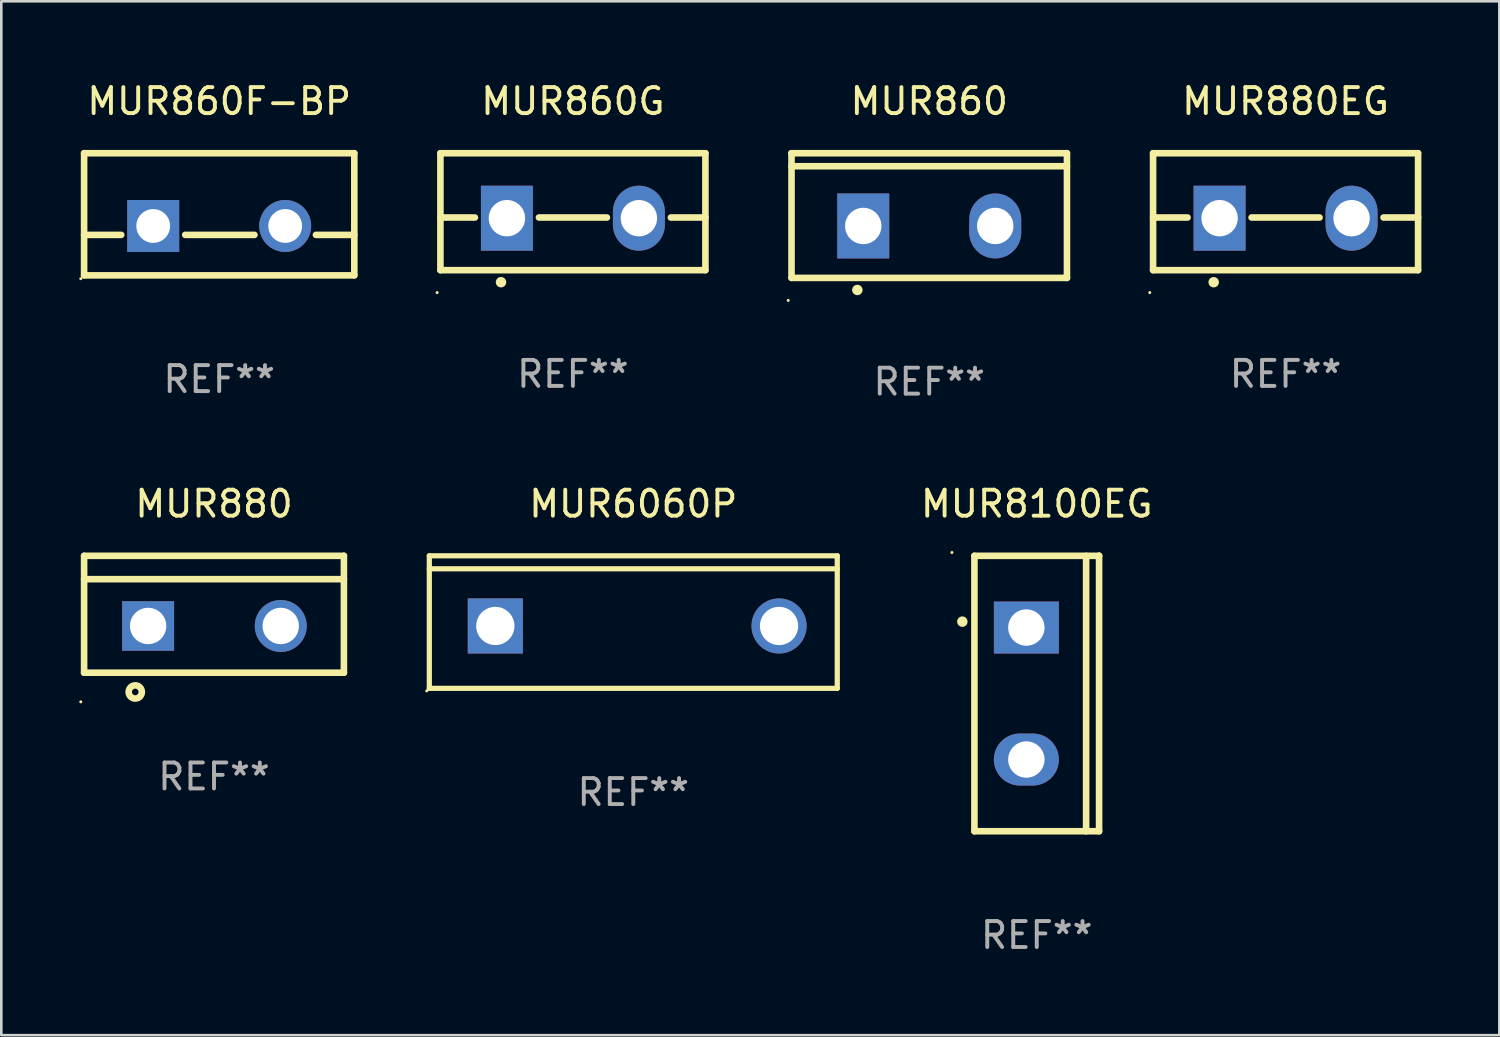
<source format=kicad_pcb>
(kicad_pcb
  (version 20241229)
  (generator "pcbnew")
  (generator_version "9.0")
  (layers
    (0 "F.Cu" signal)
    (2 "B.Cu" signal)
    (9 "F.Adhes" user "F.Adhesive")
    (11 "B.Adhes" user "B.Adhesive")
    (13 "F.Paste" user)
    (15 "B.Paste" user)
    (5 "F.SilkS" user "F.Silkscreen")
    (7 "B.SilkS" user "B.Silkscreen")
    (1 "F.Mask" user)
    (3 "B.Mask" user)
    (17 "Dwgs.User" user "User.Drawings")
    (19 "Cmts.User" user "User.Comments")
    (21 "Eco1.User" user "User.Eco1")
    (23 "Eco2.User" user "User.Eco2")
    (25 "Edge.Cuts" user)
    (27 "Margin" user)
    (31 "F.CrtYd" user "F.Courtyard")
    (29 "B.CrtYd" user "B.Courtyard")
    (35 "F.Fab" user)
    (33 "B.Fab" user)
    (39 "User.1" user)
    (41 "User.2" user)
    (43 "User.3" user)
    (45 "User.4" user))
  (footprint "MUR880EG"
    (layer "F.Cu")
    (at 46.431 5.098)
    (property "Reference" "MUR880EG" (at 0 -4.25 0) (layer "F.SilkS") (effects (font (size 1 1) (thickness 0.15))))
    (attr through_hole)
    (fp_line (start -5.1 -2.25) (end -5.1 2.25) (stroke (width 0.254) (type solid)) (layer "F.SilkS"))
    (fp_line (start -5.1 0.224) (end -3.772 0.224) (stroke (width 0.254) (type solid)) (layer "F.SilkS"))
    (fp_line (start -5.1 2.25) (end 5.1 2.25) (stroke (width 0.254) (type solid)) (layer "F.SilkS"))
    (fp_line (start -1.308 0.224) (end 1.309 0.224) (stroke (width 0.254) (type solid)) (layer "F.SilkS"))
    (fp_line (start 3.771 0.224) (end 5.1 0.224) (stroke (width 0.254) (type solid)) (layer "F.SilkS"))
    (fp_line (start 5.1 -2.25) (end -5.1 -2.25) (stroke (width 0.254) (type solid)) (layer "F.SilkS"))
    (fp_line (start 5.1 -2.25) (end 5.1 2.25) (stroke (width 0.254) (type solid)) (layer "F.SilkS"))
    (fp_arc (start -2.768606 2.713805) (mid -2.767336 2.713801) (end -2.766066 2.713805) (stroke (width 0.4) (type solid)) (layer "F.SilkS"))
    (fp_circle (center -5.227 3.114) (end -5.197 3.114) (stroke (width 0.06) (type solid)) (fill no) (layer "F.SilkS"))
    (fp_text user "REF**" (at 0 6.25 0) (layer "F.Fab") (effects (font (size 1 1) (thickness 0.15))))
    (pad "1" thru_hole rect (at -2.54 0.25) (size 2 2.5) (drill 1.4) (layers "*.Cu" "*.Mask"))
    (pad "3" thru_hole oval (at 2.54 0.25) (size 2 2.5) (drill 1.4) (layers "*.Cu" "*.Mask")))
  (footprint "MUR6060P"
    (layer "F.Cu")
    (at 21.325 20.893)
    (property "Reference" "MUR6060P" (at 0 -4.55 0) (layer "F.SilkS") (effects (font (size 1 1) (thickness 0.15))))
    (attr through_hole)
    (fp_line (start -7.851 -2.55) (end 7.851 -2.55) (stroke (width 0.201) (type solid)) (layer "F.SilkS"))
    (fp_line (start -7.851 -2.05) (end 7.851 -2.05) (stroke (width 0.201) (type solid)) (layer "F.SilkS"))
    (fp_line (start -7.851 2.55) (end -7.851 -2.55) (stroke (width 0.201) (type solid)) (layer "F.SilkS"))
    (fp_line (start 7.851 -2.55) (end 7.851 2.55) (stroke (width 0.201) (type solid)) (layer "F.SilkS"))
    (fp_line (start 7.851 2.55) (end -7.851 2.55) (stroke (width 0.201) (type solid)) (layer "F.SilkS"))
    (fp_circle (center -7.951 2.65) (end -7.921 2.65) (stroke (width 0.06) (type solid)) (fill no) (layer "F.SilkS"))
    (fp_text user "REF**" (at 0 6.55 0) (layer "F.Fab") (effects (font (size 1 1) (thickness 0.15))))
    (pad "1" thru_hole rect (at -5.31 0.15) (size 2.121 2.121) (drill 1.473) (layers "*.Cu" "*.Mask"))
    (pad "3" thru_hole circle (at 5.61 0.15) (size 2.121 2.121) (drill 1.473) (layers "*.Cu" "*.Mask")))
  (footprint "MUR880"
    (layer "F.Cu")
    (at 5.187 20.593)
    (property "Reference" "MUR880" (at 0 -4.25 0) (layer "F.SilkS") (effects (font (size 1 1) (thickness 0.15))))
    (attr through_hole)
    (fp_line (start -5 -2.25) (end 5 -2.25) (stroke (width 0.254) (type solid)) (layer "F.SilkS"))
    (fp_line (start -5 -1.351) (end 5 -1.351) (stroke (width 0.254) (type solid)) (layer "F.SilkS"))
    (fp_line (start -5 2.25) (end -5 -2.25) (stroke (width 0.254) (type solid)) (layer "F.SilkS"))
    (fp_line (start -5 2.25) (end 5 2.25) (stroke (width 0.254) (type solid)) (layer "F.SilkS"))
    (fp_line (start 5 2.25) (end 5 -2.25) (stroke (width 0.254) (type solid)) (layer "F.SilkS"))
    (fp_circle (center -5.127 3.371) (end -5.097 3.371) (stroke (width 0.06) (type solid)) (fill no) (layer "F.SilkS"))
    (fp_circle (center -3.031 2.99) (end -2.777 2.99) (stroke (width 0.254) (type solid)) (fill no) (layer "F.SilkS"))
    (fp_text user "REF**" (at 0 6.25 0) (layer "F.Fab") (effects (font (size 1 1) (thickness 0.15))))
    (pad "1" thru_hole rect (at -2.536 0.45 90) (size 1.905 2) (drill 1.4) (layers "*.Cu" "*.Mask"))
    (pad "3" thru_hole circle (at 2.569 0.45) (size 2 2) (drill 1.4) (layers "*.Cu" "*.Mask")))
  (footprint "MUR860"
    (layer "F.Cu")
    (at 32.716 5.247)
    (property "Reference" "MUR860" (at 0 -4.399 0) (layer "F.SilkS") (effects (font (size 1 1) (thickness 0.15))))
    (attr through_hole)
    (fp_line (start -5.301 -2.399) (end 5.301 -2.399) (stroke (width 0.254) (type solid)) (layer "F.SilkS"))
    (fp_line (start -5.301 -2.394) (end -5.301 -2.399) (stroke (width 0.254) (type solid)) (layer "F.SilkS"))
    (fp_line (start -5.301 2.399) (end -5.301 -2.394) (stroke (width 0.254) (type solid)) (layer "F.SilkS"))
    (fp_line (start 5.3 -1.9) (end -5.3 -1.9) (stroke (width 0.254) (type solid)) (layer "F.SilkS"))
    (fp_line (start 5.301 -2.399) (end 5.301 2.399) (stroke (width 0.254) (type solid)) (layer "F.SilkS"))
    (fp_line (start 5.301 2.399) (end -5.301 2.399) (stroke (width 0.254) (type solid)) (layer "F.SilkS"))
    (fp_arc (start -2.768606 2.863843) (mid -2.767336 2.863839) (end -2.766066 2.863843) (stroke (width 0.4) (type solid)) (layer "F.SilkS"))
    (fp_circle (center -5.428 3.264) (end -5.398 3.264) (stroke (width 0.06) (type solid)) (fill no) (layer "F.SilkS"))
    (fp_text user "REF**" (at 0 6.399 0) (layer "F.Fab") (effects (font (size 1 1) (thickness 0.15))))
    (pad "1" thru_hole rect (at -2.54 0.4) (size 2 2.5) (drill 1.4) (layers "*.Cu" "*.Mask"))
    (pad "2" thru_hole oval (at 2.54 0.4) (size 2 2.5) (drill 1.4) (layers "*.Cu" "*.Mask")))
  (footprint "MUR8100EG"
    (layer "F.Cu")
    (at 36.854 23.644)
    (property "Reference" "MUR8100EG" (at 0 -7.301 0) (layer "F.SilkS") (effects (font (size 1 1) (thickness 0.15))))
    (attr through_hole)
    (fp_line (start -2.399 -5.301) (end 2.394 -5.301) (stroke (width 0.254) (type solid)) (layer "F.SilkS"))
    (fp_line (start -2.399 5.301) (end -2.399 -5.301) (stroke (width 0.254) (type solid)) (layer "F.SilkS"))
    (fp_line (start 1.9 5.3) (end 1.9 -5.3) (stroke (width 0.254) (type solid)) (layer "F.SilkS"))
    (fp_line (start 2.394 -5.301) (end 2.399 -5.301) (stroke (width 0.254) (type solid)) (layer "F.SilkS"))
    (fp_line (start 2.399 -5.301) (end 2.399 5.301) (stroke (width 0.254) (type solid)) (layer "F.SilkS"))
    (fp_line (start 2.399 5.301) (end -2.399 5.301) (stroke (width 0.254) (type solid)) (layer "F.SilkS"))
    (fp_arc (start -2.863843 -2.766066) (mid -2.863847 -2.767336) (end -2.863843 -2.768606) (stroke (width 0.4) (type solid)) (layer "F.SilkS"))
    (fp_circle (center -3.264 -5.428) (end -3.234 -5.428) (stroke (width 0.06) (type solid)) (fill no) (layer "F.SilkS"))
    (fp_text user "REF**" (at 0 9.301 0) (layer "F.Fab") (effects (font (size 1 1) (thickness 0.15))))
    (pad "1" thru_hole rect (at -0.4 -2.54 270) (size 2 2.5) (drill 1.4) (layers "*.Cu" "*.Mask"))
    (pad "2" thru_hole oval (at -0.4 2.54 270) (size 2 2.5) (drill 1.4) (layers "*.Cu" "*.Mask")))
  (footprint "MUR860F-BP"
    (layer "F.Cu")
    (at 5.387 5.198)
    (property "Reference" "MUR860F-BP" (at 0 -4.35 0) (layer "F.SilkS") (effects (font (size 1 1) (thickness 0.15))))
    (attr through_hole)
    (fp_line (start -5.2 -2.35) (end -5.2 2.35) (stroke (width 0.254) (type solid)) (layer "F.SilkS"))
    (fp_line (start -5.2 -2.35) (end 5.2 -2.35) (stroke (width 0.254) (type solid)) (layer "F.SilkS"))
    (fp_line (start -5.2 0.792) (end -3.771 0.792) (stroke (width 0.254) (type solid)) (layer "F.SilkS"))
    (fp_line (start -5.2 2.35) (end 5.2 2.35) (stroke (width 0.254) (type solid)) (layer "F.SilkS"))
    (fp_line (start -1.309 0.792) (end 1.357 0.792) (stroke (width 0.254) (type solid)) (layer "F.SilkS"))
    (fp_line (start 3.723 0.792) (end 5.2 0.792) (stroke (width 0.254) (type solid)) (layer "F.SilkS"))
    (fp_line (start 5.2 -2.35) (end 5.2 2.35) (stroke (width 0.254) (type solid)) (layer "F.SilkS"))
    (fp_circle (center -5.327 2.477) (end -5.297 2.477) (stroke (width 0.06) (type solid)) (fill no) (layer "F.SilkS"))
    (fp_text user "REF**" (at 0 6.35 0) (layer "F.Fab") (effects (font (size 1 1) (thickness 0.15))))
    (pad "1" thru_hole rect (at -2.54 0.45) (size 2 2) (drill 1.3) (layers "*.Cu" "*.Mask"))
    (pad "2" thru_hole circle (at 2.54 0.45) (size 2 2) (drill 1.3) (layers "*.Cu" "*.Mask")))
  (footprint "MUR860G"
    (layer "F.Cu")
    (at 19.001 5.098)
    (property "Reference" "MUR860G" (at 0 -4.25 0) (layer "F.SilkS") (effects (font (size 1 1) (thickness 0.15))))
    (attr through_hole)
    (fp_line (start -5.1 -2.25) (end -5.1 2.25) (stroke (width 0.254) (type solid)) (layer "F.SilkS"))
    (fp_line (start -5.1 0.224) (end -3.772 0.224) (stroke (width 0.254) (type solid)) (layer "F.SilkS"))
    (fp_line (start -5.1 2.25) (end 5.1 2.25) (stroke (width 0.254) (type solid)) (layer "F.SilkS"))
    (fp_line (start -1.308 0.224) (end 1.309 0.224) (stroke (width 0.254) (type solid)) (layer "F.SilkS"))
    (fp_line (start 3.771 0.224) (end 5.1 0.224) (stroke (width 0.254) (type solid)) (layer "F.SilkS"))
    (fp_line (start 5.1 -2.25) (end -5.1 -2.25) (stroke (width 0.254) (type solid)) (layer "F.SilkS"))
    (fp_line (start 5.1 -2.25) (end 5.1 2.25) (stroke (width 0.254) (type solid)) (layer "F.SilkS"))
    (fp_arc (start -2.768606 2.713805) (mid -2.767336 2.713801) (end -2.766066 2.713805) (stroke (width 0.4) (type solid)) (layer "F.SilkS"))
    (fp_circle (center -5.227 3.114) (end -5.197 3.114) (stroke (width 0.06) (type solid)) (fill no) (layer "F.SilkS"))
    (fp_text user "REF**" (at 0 6.25 0) (layer "F.Fab") (effects (font (size 1 1) (thickness 0.15))))
    (pad "1" thru_hole rect (at -2.54 0.25) (size 2 2.5) (drill 1.4) (layers "*.Cu" "*.Mask"))
    (pad "3" thru_hole oval (at 2.54 0.25) (size 2 2.5) (drill 1.4) (layers "*.Cu" "*.Mask")))
  (gr_rect
    (start -3 -3)
    (end 54.658 36.793)
    (stroke (width 0.1) (type default))
    (fill no)
    (layer "Edge.Cuts")))
</source>
